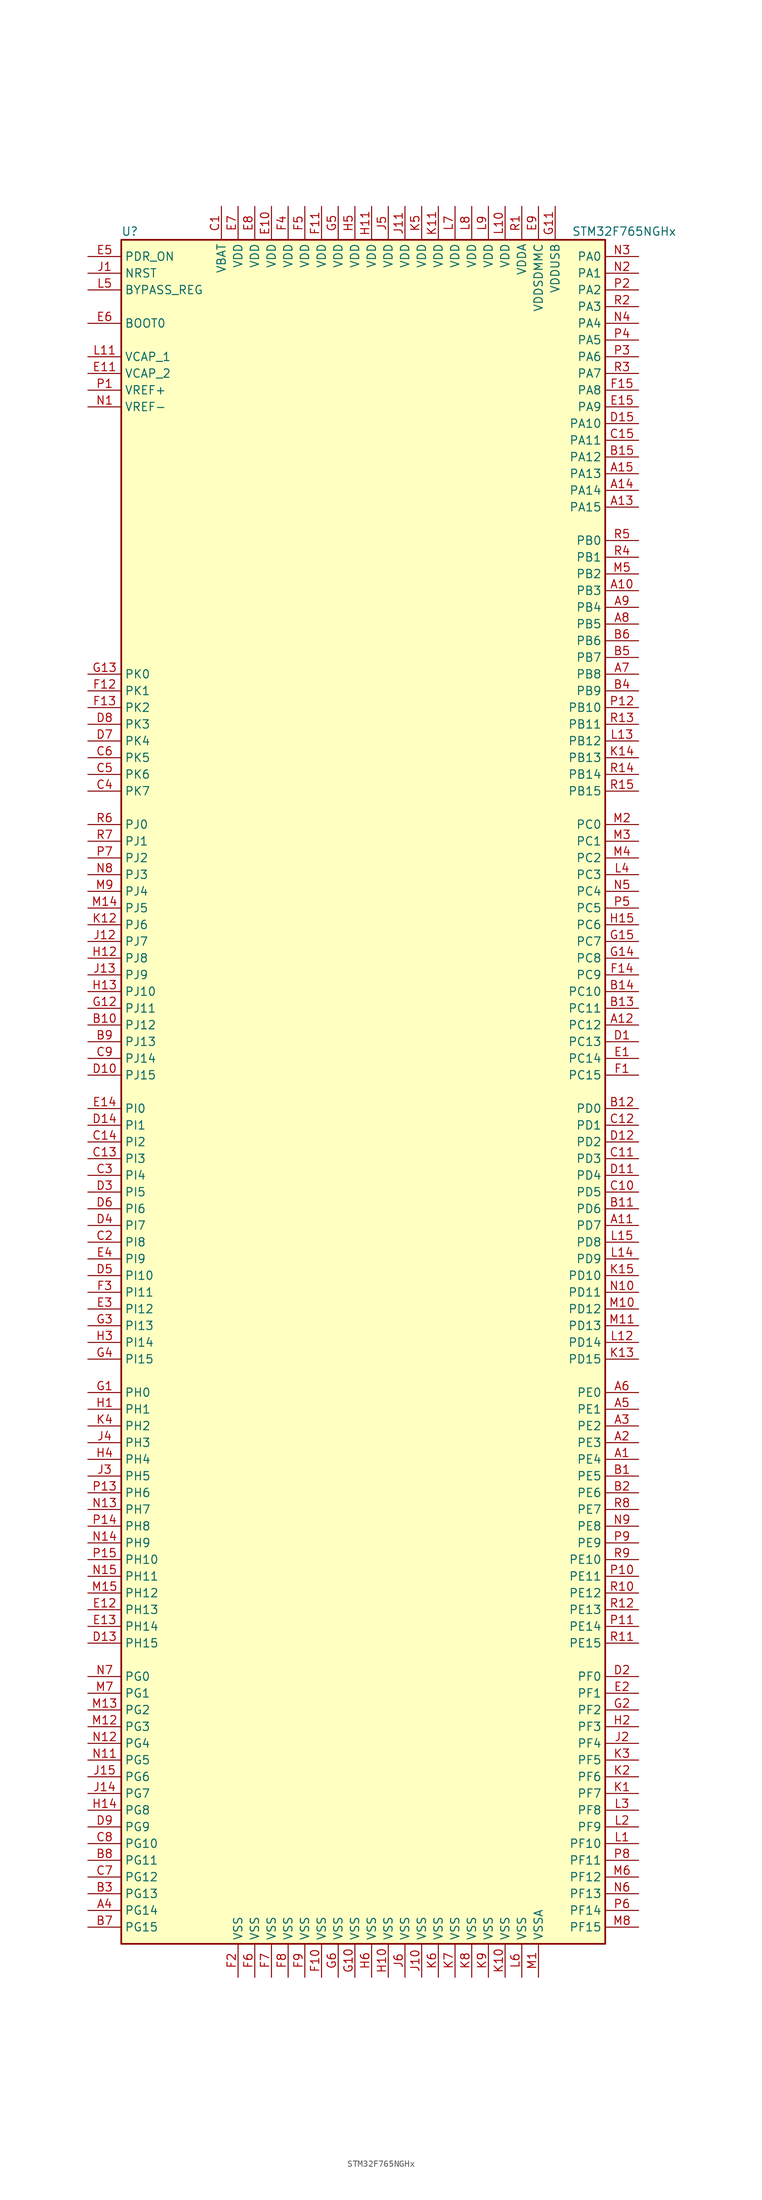
<source format=kicad_sym>
(kicad_symbol_lib
  (version 20201005)
  (generator kicad_symbol_editor)
  (symbol "MCU_ST_STM32F7:STM32F765NGHx"
    (property "Reference" "U"
      (at -38.1 130.81 0)
      (effects (font (size 1.27 1.27)) (justify left)))
    (property "Value" "STM32F765NGHx"
      (at 30.48 130.81 0)
      (effects (font (size 1.27 1.27)) (justify left)))
    (symbol "STM32F765NGHx_0_1"
      (rectangle (start -38.1 -129.54) (end 35.56 129.54) (stroke (width 0.254)) (fill (type background))))
    (symbol "STM32F765NGHx_1_1"
      (pin input line (at -43.18 116.84 0) (length 5.08) (name "BOOT0" (effects (font (size 1.27 1.27)))) (number "E6" (effects (font (size 1.27 1.27)))))
      (pin input line (at -43.18 121.92 0) (length 5.08) (name "BYPASS_REG" (effects (font (size 1.27 1.27)))) (number "L5" (effects (font (size 1.27 1.27)))))
      (pin input line (at -43.18 124.46 0) (length 5.08) (name "NRST" (effects (font (size 1.27 1.27)))) (number "J1" (effects (font (size 1.27 1.27)))))
      (pin bidirectional line (at 40.64 127 180) (length 5.08) (name "PA0" (effects (font (size 1.27 1.27)))) (number "N3" (effects (font (size 1.27 1.27)))))
      (pin bidirectional line (at 40.64 124.46 180) (length 5.08) (name "PA1" (effects (font (size 1.27 1.27)))) (number "N2" (effects (font (size 1.27 1.27)))))
      (pin bidirectional line (at 40.64 101.6 180) (length 5.08) (name "PA10" (effects (font (size 1.27 1.27)))) (number "D15" (effects (font (size 1.27 1.27)))))
      (pin bidirectional line (at 40.64 99.06 180) (length 5.08) (name "PA11" (effects (font (size 1.27 1.27)))) (number "C15" (effects (font (size 1.27 1.27)))))
      (pin bidirectional line (at 40.64 96.52 180) (length 5.08) (name "PA12" (effects (font (size 1.27 1.27)))) (number "B15" (effects (font (size 1.27 1.27)))))
      (pin bidirectional line (at 40.64 93.98 180) (length 5.08) (name "PA13" (effects (font (size 1.27 1.27)))) (number "A15" (effects (font (size 1.27 1.27)))))
      (pin bidirectional line (at 40.64 91.44 180) (length 5.08) (name "PA14" (effects (font (size 1.27 1.27)))) (number "A14" (effects (font (size 1.27 1.27)))))
      (pin bidirectional line (at 40.64 88.9 180) (length 5.08) (name "PA15" (effects (font (size 1.27 1.27)))) (number "A13" (effects (font (size 1.27 1.27)))))
      (pin bidirectional line (at 40.64 121.92 180) (length 5.08) (name "PA2" (effects (font (size 1.27 1.27)))) (number "P2" (effects (font (size 1.27 1.27)))))
      (pin bidirectional line (at 40.64 119.38 180) (length 5.08) (name "PA3" (effects (font (size 1.27 1.27)))) (number "R2" (effects (font (size 1.27 1.27)))))
      (pin bidirectional line (at 40.64 116.84 180) (length 5.08) (name "PA4" (effects (font (size 1.27 1.27)))) (number "N4" (effects (font (size 1.27 1.27)))))
      (pin bidirectional line (at 40.64 114.3 180) (length 5.08) (name "PA5" (effects (font (size 1.27 1.27)))) (number "P4" (effects (font (size 1.27 1.27)))))
      (pin bidirectional line (at 40.64 111.76 180) (length 5.08) (name "PA6" (effects (font (size 1.27 1.27)))) (number "P3" (effects (font (size 1.27 1.27)))))
      (pin bidirectional line (at 40.64 109.22 180) (length 5.08) (name "PA7" (effects (font (size 1.27 1.27)))) (number "R3" (effects (font (size 1.27 1.27)))))
      (pin bidirectional line (at 40.64 106.68 180) (length 5.08) (name "PA8" (effects (font (size 1.27 1.27)))) (number "F15" (effects (font (size 1.27 1.27)))))
      (pin bidirectional line (at 40.64 104.14 180) (length 5.08) (name "PA9" (effects (font (size 1.27 1.27)))) (number "E15" (effects (font (size 1.27 1.27)))))
      (pin bidirectional line (at 40.64 83.82 180) (length 5.08) (name "PB0" (effects (font (size 1.27 1.27)))) (number "R5" (effects (font (size 1.27 1.27)))))
      (pin bidirectional line (at 40.64 81.28 180) (length 5.08) (name "PB1" (effects (font (size 1.27 1.27)))) (number "R4" (effects (font (size 1.27 1.27)))))
      (pin bidirectional line (at 40.64 58.42 180) (length 5.08) (name "PB10" (effects (font (size 1.27 1.27)))) (number "P12" (effects (font (size 1.27 1.27)))))
      (pin bidirectional line (at 40.64 55.88 180) (length 5.08) (name "PB11" (effects (font (size 1.27 1.27)))) (number "R13" (effects (font (size 1.27 1.27)))))
      (pin bidirectional line (at 40.64 53.34 180) (length 5.08) (name "PB12" (effects (font (size 1.27 1.27)))) (number "L13" (effects (font (size 1.27 1.27)))))
      (pin bidirectional line (at 40.64 50.8 180) (length 5.08) (name "PB13" (effects (font (size 1.27 1.27)))) (number "K14" (effects (font (size 1.27 1.27)))))
      (pin bidirectional line (at 40.64 48.26 180) (length 5.08) (name "PB14" (effects (font (size 1.27 1.27)))) (number "R14" (effects (font (size 1.27 1.27)))))
      (pin bidirectional line (at 40.64 45.72 180) (length 5.08) (name "PB15" (effects (font (size 1.27 1.27)))) (number "R15" (effects (font (size 1.27 1.27)))))
      (pin bidirectional line (at 40.64 78.74 180) (length 5.08) (name "PB2" (effects (font (size 1.27 1.27)))) (number "M5" (effects (font (size 1.27 1.27)))))
      (pin bidirectional line (at 40.64 76.2 180) (length 5.08) (name "PB3" (effects (font (size 1.27 1.27)))) (number "A10" (effects (font (size 1.27 1.27)))))
      (pin bidirectional line (at 40.64 73.66 180) (length 5.08) (name "PB4" (effects (font (size 1.27 1.27)))) (number "A9" (effects (font (size 1.27 1.27)))))
      (pin bidirectional line (at 40.64 71.12 180) (length 5.08) (name "PB5" (effects (font (size 1.27 1.27)))) (number "A8" (effects (font (size 1.27 1.27)))))
      (pin bidirectional line (at 40.64 68.58 180) (length 5.08) (name "PB6" (effects (font (size 1.27 1.27)))) (number "B6" (effects (font (size 1.27 1.27)))))
      (pin bidirectional line (at 40.64 66.04 180) (length 5.08) (name "PB7" (effects (font (size 1.27 1.27)))) (number "B5" (effects (font (size 1.27 1.27)))))
      (pin bidirectional line (at 40.64 63.5 180) (length 5.08) (name "PB8" (effects (font (size 1.27 1.27)))) (number "A7" (effects (font (size 1.27 1.27)))))
      (pin bidirectional line (at 40.64 60.96 180) (length 5.08) (name "PB9" (effects (font (size 1.27 1.27)))) (number "B4" (effects (font (size 1.27 1.27)))))
      (pin bidirectional line (at 40.64 40.64 180) (length 5.08) (name "PC0" (effects (font (size 1.27 1.27)))) (number "M2" (effects (font (size 1.27 1.27)))))
      (pin bidirectional line (at 40.64 38.1 180) (length 5.08) (name "PC1" (effects (font (size 1.27 1.27)))) (number "M3" (effects (font (size 1.27 1.27)))))
      (pin bidirectional line (at 40.64 15.24 180) (length 5.08) (name "PC10" (effects (font (size 1.27 1.27)))) (number "B14" (effects (font (size 1.27 1.27)))))
      (pin bidirectional line (at 40.64 12.7 180) (length 5.08) (name "PC11" (effects (font (size 1.27 1.27)))) (number "B13" (effects (font (size 1.27 1.27)))))
      (pin bidirectional line (at 40.64 10.16 180) (length 5.08) (name "PC12" (effects (font (size 1.27 1.27)))) (number "A12" (effects (font (size 1.27 1.27)))))
      (pin bidirectional line (at 40.64 7.62 180) (length 5.08) (name "PC13" (effects (font (size 1.27 1.27)))) (number "D1" (effects (font (size 1.27 1.27)))))
      (pin bidirectional line (at 40.64 5.08 180) (length 5.08) (name "PC14" (effects (font (size 1.27 1.27)))) (number "E1" (effects (font (size 1.27 1.27)))))
      (pin bidirectional line (at 40.64 2.54 180) (length 5.08) (name "PC15" (effects (font (size 1.27 1.27)))) (number "F1" (effects (font (size 1.27 1.27)))))
      (pin bidirectional line (at 40.64 35.56 180) (length 5.08) (name "PC2" (effects (font (size 1.27 1.27)))) (number "M4" (effects (font (size 1.27 1.27)))))
      (pin bidirectional line (at 40.64 33.02 180) (length 5.08) (name "PC3" (effects (font (size 1.27 1.27)))) (number "L4" (effects (font (size 1.27 1.27)))))
      (pin bidirectional line (at 40.64 30.48 180) (length 5.08) (name "PC4" (effects (font (size 1.27 1.27)))) (number "N5" (effects (font (size 1.27 1.27)))))
      (pin bidirectional line (at 40.64 27.94 180) (length 5.08) (name "PC5" (effects (font (size 1.27 1.27)))) (number "P5" (effects (font (size 1.27 1.27)))))
      (pin bidirectional line (at 40.64 25.4 180) (length 5.08) (name "PC6" (effects (font (size 1.27 1.27)))) (number "H15" (effects (font (size 1.27 1.27)))))
      (pin bidirectional line (at 40.64 22.86 180) (length 5.08) (name "PC7" (effects (font (size 1.27 1.27)))) (number "G15" (effects (font (size 1.27 1.27)))))
      (pin bidirectional line (at 40.64 20.32 180) (length 5.08) (name "PC8" (effects (font (size 1.27 1.27)))) (number "G14" (effects (font (size 1.27 1.27)))))
      (pin bidirectional line (at 40.64 17.78 180) (length 5.08) (name "PC9" (effects (font (size 1.27 1.27)))) (number "F14" (effects (font (size 1.27 1.27)))))
      (pin bidirectional line (at 40.64 -2.54 180) (length 5.08) (name "PD0" (effects (font (size 1.27 1.27)))) (number "B12" (effects (font (size 1.27 1.27)))))
      (pin bidirectional line (at 40.64 -5.08 180) (length 5.08) (name "PD1" (effects (font (size 1.27 1.27)))) (number "C12" (effects (font (size 1.27 1.27)))))
      (pin bidirectional line (at 40.64 -27.94 180) (length 5.08) (name "PD10" (effects (font (size 1.27 1.27)))) (number "K15" (effects (font (size 1.27 1.27)))))
      (pin bidirectional line (at 40.64 -30.48 180) (length 5.08) (name "PD11" (effects (font (size 1.27 1.27)))) (number "N10" (effects (font (size 1.27 1.27)))))
      (pin bidirectional line (at 40.64 -33.02 180) (length 5.08) (name "PD12" (effects (font (size 1.27 1.27)))) (number "M10" (effects (font (size 1.27 1.27)))))
      (pin bidirectional line (at 40.64 -35.56 180) (length 5.08) (name "PD13" (effects (font (size 1.27 1.27)))) (number "M11" (effects (font (size 1.27 1.27)))))
      (pin bidirectional line (at 40.64 -38.1 180) (length 5.08) (name "PD14" (effects (font (size 1.27 1.27)))) (number "L12" (effects (font (size 1.27 1.27)))))
      (pin bidirectional line (at 40.64 -40.64 180) (length 5.08) (name "PD15" (effects (font (size 1.27 1.27)))) (number "K13" (effects (font (size 1.27 1.27)))))
      (pin bidirectional line (at 40.64 -7.62 180) (length 5.08) (name "PD2" (effects (font (size 1.27 1.27)))) (number "D12" (effects (font (size 1.27 1.27)))))
      (pin bidirectional line (at 40.64 -10.16 180) (length 5.08) (name "PD3" (effects (font (size 1.27 1.27)))) (number "C11" (effects (font (size 1.27 1.27)))))
      (pin bidirectional line (at 40.64 -12.7 180) (length 5.08) (name "PD4" (effects (font (size 1.27 1.27)))) (number "D11" (effects (font (size 1.27 1.27)))))
      (pin bidirectional line (at 40.64 -15.24 180) (length 5.08) (name "PD5" (effects (font (size 1.27 1.27)))) (number "C10" (effects (font (size 1.27 1.27)))))
      (pin bidirectional line (at 40.64 -17.78 180) (length 5.08) (name "PD6" (effects (font (size 1.27 1.27)))) (number "B11" (effects (font (size 1.27 1.27)))))
      (pin bidirectional line (at 40.64 -20.32 180) (length 5.08) (name "PD7" (effects (font (size 1.27 1.27)))) (number "A11" (effects (font (size 1.27 1.27)))))
      (pin bidirectional line (at 40.64 -22.86 180) (length 5.08) (name "PD8" (effects (font (size 1.27 1.27)))) (number "L15" (effects (font (size 1.27 1.27)))))
      (pin bidirectional line (at 40.64 -25.4 180) (length 5.08) (name "PD9" (effects (font (size 1.27 1.27)))) (number "L14" (effects (font (size 1.27 1.27)))))
      (pin input line (at -43.18 127 0) (length 5.08) (name "PDR_ON" (effects (font (size 1.27 1.27)))) (number "E5" (effects (font (size 1.27 1.27)))))
      (pin bidirectional line (at 40.64 -45.72 180) (length 5.08) (name "PE0" (effects (font (size 1.27 1.27)))) (number "A6" (effects (font (size 1.27 1.27)))))
      (pin bidirectional line (at 40.64 -48.26 180) (length 5.08) (name "PE1" (effects (font (size 1.27 1.27)))) (number "A5" (effects (font (size 1.27 1.27)))))
      (pin bidirectional line (at 40.64 -71.12 180) (length 5.08) (name "PE10" (effects (font (size 1.27 1.27)))) (number "R9" (effects (font (size 1.27 1.27)))))
      (pin bidirectional line (at 40.64 -73.66 180) (length 5.08) (name "PE11" (effects (font (size 1.27 1.27)))) (number "P10" (effects (font (size 1.27 1.27)))))
      (pin bidirectional line (at 40.64 -76.2 180) (length 5.08) (name "PE12" (effects (font (size 1.27 1.27)))) (number "R10" (effects (font (size 1.27 1.27)))))
      (pin bidirectional line (at 40.64 -78.74 180) (length 5.08) (name "PE13" (effects (font (size 1.27 1.27)))) (number "R12" (effects (font (size 1.27 1.27)))))
      (pin bidirectional line (at 40.64 -81.28 180) (length 5.08) (name "PE14" (effects (font (size 1.27 1.27)))) (number "P11" (effects (font (size 1.27 1.27)))))
      (pin bidirectional line (at 40.64 -83.82 180) (length 5.08) (name "PE15" (effects (font (size 1.27 1.27)))) (number "R11" (effects (font (size 1.27 1.27)))))
      (pin bidirectional line (at 40.64 -50.8 180) (length 5.08) (name "PE2" (effects (font (size 1.27 1.27)))) (number "A3" (effects (font (size 1.27 1.27)))))
      (pin bidirectional line (at 40.64 -53.34 180) (length 5.08) (name "PE3" (effects (font (size 1.27 1.27)))) (number "A2" (effects (font (size 1.27 1.27)))))
      (pin bidirectional line (at 40.64 -55.88 180) (length 5.08) (name "PE4" (effects (font (size 1.27 1.27)))) (number "A1" (effects (font (size 1.27 1.27)))))
      (pin bidirectional line (at 40.64 -58.42 180) (length 5.08) (name "PE5" (effects (font (size 1.27 1.27)))) (number "B1" (effects (font (size 1.27 1.27)))))
      (pin bidirectional line (at 40.64 -60.96 180) (length 5.08) (name "PE6" (effects (font (size 1.27 1.27)))) (number "B2" (effects (font (size 1.27 1.27)))))
      (pin bidirectional line (at 40.64 -63.5 180) (length 5.08) (name "PE7" (effects (font (size 1.27 1.27)))) (number "R8" (effects (font (size 1.27 1.27)))))
      (pin bidirectional line (at 40.64 -66.04 180) (length 5.08) (name "PE8" (effects (font (size 1.27 1.27)))) (number "N9" (effects (font (size 1.27 1.27)))))
      (pin bidirectional line (at 40.64 -68.58 180) (length 5.08) (name "PE9" (effects (font (size 1.27 1.27)))) (number "P9" (effects (font (size 1.27 1.27)))))
      (pin bidirectional line (at 40.64 -88.9 180) (length 5.08) (name "PF0" (effects (font (size 1.27 1.27)))) (number "D2" (effects (font (size 1.27 1.27)))))
      (pin bidirectional line (at 40.64 -91.44 180) (length 5.08) (name "PF1" (effects (font (size 1.27 1.27)))) (number "E2" (effects (font (size 1.27 1.27)))))
      (pin bidirectional line (at 40.64 -114.3 180) (length 5.08) (name "PF10" (effects (font (size 1.27 1.27)))) (number "L1" (effects (font (size 1.27 1.27)))))
      (pin bidirectional line (at 40.64 -116.84 180) (length 5.08) (name "PF11" (effects (font (size 1.27 1.27)))) (number "P8" (effects (font (size 1.27 1.27)))))
      (pin bidirectional line (at 40.64 -119.38 180) (length 5.08) (name "PF12" (effects (font (size 1.27 1.27)))) (number "M6" (effects (font (size 1.27 1.27)))))
      (pin bidirectional line (at 40.64 -121.92 180) (length 5.08) (name "PF13" (effects (font (size 1.27 1.27)))) (number "N6" (effects (font (size 1.27 1.27)))))
      (pin bidirectional line (at 40.64 -124.46 180) (length 5.08) (name "PF14" (effects (font (size 1.27 1.27)))) (number "P6" (effects (font (size 1.27 1.27)))))
      (pin bidirectional line (at 40.64 -127 180) (length 5.08) (name "PF15" (effects (font (size 1.27 1.27)))) (number "M8" (effects (font (size 1.27 1.27)))))
      (pin bidirectional line (at 40.64 -93.98 180) (length 5.08) (name "PF2" (effects (font (size 1.27 1.27)))) (number "G2" (effects (font (size 1.27 1.27)))))
      (pin bidirectional line (at 40.64 -96.52 180) (length 5.08) (name "PF3" (effects (font (size 1.27 1.27)))) (number "H2" (effects (font (size 1.27 1.27)))))
      (pin bidirectional line (at 40.64 -99.06 180) (length 5.08) (name "PF4" (effects (font (size 1.27 1.27)))) (number "J2" (effects (font (size 1.27 1.27)))))
      (pin bidirectional line (at 40.64 -101.6 180) (length 5.08) (name "PF5" (effects (font (size 1.27 1.27)))) (number "K3" (effects (font (size 1.27 1.27)))))
      (pin bidirectional line (at 40.64 -104.14 180) (length 5.08) (name "PF6" (effects (font (size 1.27 1.27)))) (number "K2" (effects (font (size 1.27 1.27)))))
      (pin bidirectional line (at 40.64 -106.68 180) (length 5.08) (name "PF7" (effects (font (size 1.27 1.27)))) (number "K1" (effects (font (size 1.27 1.27)))))
      (pin bidirectional line (at 40.64 -109.22 180) (length 5.08) (name "PF8" (effects (font (size 1.27 1.27)))) (number "L3" (effects (font (size 1.27 1.27)))))
      (pin bidirectional line (at 40.64 -111.76 180) (length 5.08) (name "PF9" (effects (font (size 1.27 1.27)))) (number "L2" (effects (font (size 1.27 1.27)))))
      (pin bidirectional line (at -43.18 -88.9 0) (length 5.08) (name "PG0" (effects (font (size 1.27 1.27)))) (number "N7" (effects (font (size 1.27 1.27)))))
      (pin bidirectional line (at -43.18 -91.44 0) (length 5.08) (name "PG1" (effects (font (size 1.27 1.27)))) (number "M7" (effects (font (size 1.27 1.27)))))
      (pin bidirectional line (at -43.18 -114.3 0) (length 5.08) (name "PG10" (effects (font (size 1.27 1.27)))) (number "C8" (effects (font (size 1.27 1.27)))))
      (pin bidirectional line (at -43.18 -116.84 0) (length 5.08) (name "PG11" (effects (font (size 1.27 1.27)))) (number "B8" (effects (font (size 1.27 1.27)))))
      (pin bidirectional line (at -43.18 -119.38 0) (length 5.08) (name "PG12" (effects (font (size 1.27 1.27)))) (number "C7" (effects (font (size 1.27 1.27)))))
      (pin bidirectional line (at -43.18 -121.92 0) (length 5.08) (name "PG13" (effects (font (size 1.27 1.27)))) (number "B3" (effects (font (size 1.27 1.27)))))
      (pin bidirectional line (at -43.18 -124.46 0) (length 5.08) (name "PG14" (effects (font (size 1.27 1.27)))) (number "A4" (effects (font (size 1.27 1.27)))))
      (pin bidirectional line (at -43.18 -127 0) (length 5.08) (name "PG15" (effects (font (size 1.27 1.27)))) (number "B7" (effects (font (size 1.27 1.27)))))
      (pin bidirectional line (at -43.18 -93.98 0) (length 5.08) (name "PG2" (effects (font (size 1.27 1.27)))) (number "M13" (effects (font (size 1.27 1.27)))))
      (pin bidirectional line (at -43.18 -96.52 0) (length 5.08) (name "PG3" (effects (font (size 1.27 1.27)))) (number "M12" (effects (font (size 1.27 1.27)))))
      (pin bidirectional line (at -43.18 -99.06 0) (length 5.08) (name "PG4" (effects (font (size 1.27 1.27)))) (number "N12" (effects (font (size 1.27 1.27)))))
      (pin bidirectional line (at -43.18 -101.6 0) (length 5.08) (name "PG5" (effects (font (size 1.27 1.27)))) (number "N11" (effects (font (size 1.27 1.27)))))
      (pin bidirectional line (at -43.18 -104.14 0) (length 5.08) (name "PG6" (effects (font (size 1.27 1.27)))) (number "J15" (effects (font (size 1.27 1.27)))))
      (pin bidirectional line (at -43.18 -106.68 0) (length 5.08) (name "PG7" (effects (font (size 1.27 1.27)))) (number "J14" (effects (font (size 1.27 1.27)))))
      (pin bidirectional line (at -43.18 -109.22 0) (length 5.08) (name "PG8" (effects (font (size 1.27 1.27)))) (number "H14" (effects (font (size 1.27 1.27)))))
      (pin bidirectional line (at -43.18 -111.76 0) (length 5.08) (name "PG9" (effects (font (size 1.27 1.27)))) (number "D9" (effects (font (size 1.27 1.27)))))
      (pin input line (at -43.18 -45.72 0) (length 5.08) (name "PH0" (effects (font (size 1.27 1.27)))) (number "G1" (effects (font (size 1.27 1.27)))))
      (pin input line (at -43.18 -48.26 0) (length 5.08) (name "PH1" (effects (font (size 1.27 1.27)))) (number "H1" (effects (font (size 1.27 1.27)))))
      (pin bidirectional line (at -43.18 -71.12 0) (length 5.08) (name "PH10" (effects (font (size 1.27 1.27)))) (number "P15" (effects (font (size 1.27 1.27)))))
      (pin bidirectional line (at -43.18 -73.66 0) (length 5.08) (name "PH11" (effects (font (size 1.27 1.27)))) (number "N15" (effects (font (size 1.27 1.27)))))
      (pin bidirectional line (at -43.18 -76.2 0) (length 5.08) (name "PH12" (effects (font (size 1.27 1.27)))) (number "M15" (effects (font (size 1.27 1.27)))))
      (pin bidirectional line (at -43.18 -78.74 0) (length 5.08) (name "PH13" (effects (font (size 1.27 1.27)))) (number "E12" (effects (font (size 1.27 1.27)))))
      (pin bidirectional line (at -43.18 -81.28 0) (length 5.08) (name "PH14" (effects (font (size 1.27 1.27)))) (number "E13" (effects (font (size 1.27 1.27)))))
      (pin bidirectional line (at -43.18 -83.82 0) (length 5.08) (name "PH15" (effects (font (size 1.27 1.27)))) (number "D13" (effects (font (size 1.27 1.27)))))
      (pin bidirectional line (at -43.18 -50.8 0) (length 5.08) (name "PH2" (effects (font (size 1.27 1.27)))) (number "K4" (effects (font (size 1.27 1.27)))))
      (pin bidirectional line (at -43.18 -53.34 0) (length 5.08) (name "PH3" (effects (font (size 1.27 1.27)))) (number "J4" (effects (font (size 1.27 1.27)))))
      (pin bidirectional line (at -43.18 -55.88 0) (length 5.08) (name "PH4" (effects (font (size 1.27 1.27)))) (number "H4" (effects (font (size 1.27 1.27)))))
      (pin bidirectional line (at -43.18 -58.42 0) (length 5.08) (name "PH5" (effects (font (size 1.27 1.27)))) (number "J3" (effects (font (size 1.27 1.27)))))
      (pin bidirectional line (at -43.18 -60.96 0) (length 5.08) (name "PH6" (effects (font (size 1.27 1.27)))) (number "P13" (effects (font (size 1.27 1.27)))))
      (pin bidirectional line (at -43.18 -63.5 0) (length 5.08) (name "PH7" (effects (font (size 1.27 1.27)))) (number "N13" (effects (font (size 1.27 1.27)))))
      (pin bidirectional line (at -43.18 -66.04 0) (length 5.08) (name "PH8" (effects (font (size 1.27 1.27)))) (number "P14" (effects (font (size 1.27 1.27)))))
      (pin bidirectional line (at -43.18 -68.58 0) (length 5.08) (name "PH9" (effects (font (size 1.27 1.27)))) (number "N14" (effects (font (size 1.27 1.27)))))
      (pin bidirectional line (at -43.18 -2.54 0) (length 5.08) (name "PI0" (effects (font (size 1.27 1.27)))) (number "E14" (effects (font (size 1.27 1.27)))))
      (pin bidirectional line (at -43.18 -5.08 0) (length 5.08) (name "PI1" (effects (font (size 1.27 1.27)))) (number "D14" (effects (font (size 1.27 1.27)))))
      (pin bidirectional line (at -43.18 -27.94 0) (length 5.08) (name "PI10" (effects (font (size 1.27 1.27)))) (number "D5" (effects (font (size 1.27 1.27)))))
      (pin bidirectional line (at -43.18 -30.48 0) (length 5.08) (name "PI11" (effects (font (size 1.27 1.27)))) (number "F3" (effects (font (size 1.27 1.27)))))
      (pin bidirectional line (at -43.18 -33.02 0) (length 5.08) (name "PI12" (effects (font (size 1.27 1.27)))) (number "E3" (effects (font (size 1.27 1.27)))))
      (pin bidirectional line (at -43.18 -35.56 0) (length 5.08) (name "PI13" (effects (font (size 1.27 1.27)))) (number "G3" (effects (font (size 1.27 1.27)))))
      (pin bidirectional line (at -43.18 -38.1 0) (length 5.08) (name "PI14" (effects (font (size 1.27 1.27)))) (number "H3" (effects (font (size 1.27 1.27)))))
      (pin bidirectional line (at -43.18 -40.64 0) (length 5.08) (name "PI15" (effects (font (size 1.27 1.27)))) (number "G4" (effects (font (size 1.27 1.27)))))
      (pin bidirectional line (at -43.18 -7.62 0) (length 5.08) (name "PI2" (effects (font (size 1.27 1.27)))) (number "C14" (effects (font (size 1.27 1.27)))))
      (pin bidirectional line (at -43.18 -10.16 0) (length 5.08) (name "PI3" (effects (font (size 1.27 1.27)))) (number "C13" (effects (font (size 1.27 1.27)))))
      (pin bidirectional line (at -43.18 -12.7 0) (length 5.08) (name "PI4" (effects (font (size 1.27 1.27)))) (number "C3" (effects (font (size 1.27 1.27)))))
      (pin bidirectional line (at -43.18 -15.24 0) (length 5.08) (name "PI5" (effects (font (size 1.27 1.27)))) (number "D3" (effects (font (size 1.27 1.27)))))
      (pin bidirectional line (at -43.18 -17.78 0) (length 5.08) (name "PI6" (effects (font (size 1.27 1.27)))) (number "D6" (effects (font (size 1.27 1.27)))))
      (pin bidirectional line (at -43.18 -20.32 0) (length 5.08) (name "PI7" (effects (font (size 1.27 1.27)))) (number "D4" (effects (font (size 1.27 1.27)))))
      (pin bidirectional line (at -43.18 -22.86 0) (length 5.08) (name "PI8" (effects (font (size 1.27 1.27)))) (number "C2" (effects (font (size 1.27 1.27)))))
      (pin bidirectional line (at -43.18 -25.4 0) (length 5.08) (name "PI9" (effects (font (size 1.27 1.27)))) (number "E4" (effects (font (size 1.27 1.27)))))
      (pin bidirectional line (at -43.18 40.64 0) (length 5.08) (name "PJ0" (effects (font (size 1.27 1.27)))) (number "R6" (effects (font (size 1.27 1.27)))))
      (pin bidirectional line (at -43.18 38.1 0) (length 5.08) (name "PJ1" (effects (font (size 1.27 1.27)))) (number "R7" (effects (font (size 1.27 1.27)))))
      (pin bidirectional line (at -43.18 15.24 0) (length 5.08) (name "PJ10" (effects (font (size 1.27 1.27)))) (number "H13" (effects (font (size 1.27 1.27)))))
      (pin bidirectional line (at -43.18 12.7 0) (length 5.08) (name "PJ11" (effects (font (size 1.27 1.27)))) (number "G12" (effects (font (size 1.27 1.27)))))
      (pin bidirectional line (at -43.18 10.16 0) (length 5.08) (name "PJ12" (effects (font (size 1.27 1.27)))) (number "B10" (effects (font (size 1.27 1.27)))))
      (pin bidirectional line (at -43.18 7.62 0) (length 5.08) (name "PJ13" (effects (font (size 1.27 1.27)))) (number "B9" (effects (font (size 1.27 1.27)))))
      (pin bidirectional line (at -43.18 5.08 0) (length 5.08) (name "PJ14" (effects (font (size 1.27 1.27)))) (number "C9" (effects (font (size 1.27 1.27)))))
      (pin bidirectional line (at -43.18 2.54 0) (length 5.08) (name "PJ15" (effects (font (size 1.27 1.27)))) (number "D10" (effects (font (size 1.27 1.27)))))
      (pin bidirectional line (at -43.18 35.56 0) (length 5.08) (name "PJ2" (effects (font (size 1.27 1.27)))) (number "P7" (effects (font (size 1.27 1.27)))))
      (pin bidirectional line (at -43.18 33.02 0) (length 5.08) (name "PJ3" (effects (font (size 1.27 1.27)))) (number "N8" (effects (font (size 1.27 1.27)))))
      (pin bidirectional line (at -43.18 30.48 0) (length 5.08) (name "PJ4" (effects (font (size 1.27 1.27)))) (number "M9" (effects (font (size 1.27 1.27)))))
      (pin bidirectional line (at -43.18 27.94 0) (length 5.08) (name "PJ5" (effects (font (size 1.27 1.27)))) (number "M14" (effects (font (size 1.27 1.27)))))
      (pin bidirectional line (at -43.18 25.4 0) (length 5.08) (name "PJ6" (effects (font (size 1.27 1.27)))) (number "K12" (effects (font (size 1.27 1.27)))))
      (pin bidirectional line (at -43.18 22.86 0) (length 5.08) (name "PJ7" (effects (font (size 1.27 1.27)))) (number "J12" (effects (font (size 1.27 1.27)))))
      (pin bidirectional line (at -43.18 20.32 0) (length 5.08) (name "PJ8" (effects (font (size 1.27 1.27)))) (number "H12" (effects (font (size 1.27 1.27)))))
      (pin bidirectional line (at -43.18 17.78 0) (length 5.08) (name "PJ9" (effects (font (size 1.27 1.27)))) (number "J13" (effects (font (size 1.27 1.27)))))
      (pin bidirectional line (at -43.18 63.5 0) (length 5.08) (name "PK0" (effects (font (size 1.27 1.27)))) (number "G13" (effects (font (size 1.27 1.27)))))
      (pin bidirectional line (at -43.18 60.96 0) (length 5.08) (name "PK1" (effects (font (size 1.27 1.27)))) (number "F12" (effects (font (size 1.27 1.27)))))
      (pin bidirectional line (at -43.18 58.42 0) (length 5.08) (name "PK2" (effects (font (size 1.27 1.27)))) (number "F13" (effects (font (size 1.27 1.27)))))
      (pin bidirectional line (at -43.18 55.88 0) (length 5.08) (name "PK3" (effects (font (size 1.27 1.27)))) (number "D8" (effects (font (size 1.27 1.27)))))
      (pin bidirectional line (at -43.18 53.34 0) (length 5.08) (name "PK4" (effects (font (size 1.27 1.27)))) (number "D7" (effects (font (size 1.27 1.27)))))
      (pin bidirectional line (at -43.18 50.8 0) (length 5.08) (name "PK5" (effects (font (size 1.27 1.27)))) (number "C6" (effects (font (size 1.27 1.27)))))
      (pin bidirectional line (at -43.18 48.26 0) (length 5.08) (name "PK6" (effects (font (size 1.27 1.27)))) (number "C5" (effects (font (size 1.27 1.27)))))
      (pin bidirectional line (at -43.18 45.72 0) (length 5.08) (name "PK7" (effects (font (size 1.27 1.27)))) (number "C4" (effects (font (size 1.27 1.27)))))
      (pin power_in line (at -22.86 134.62 270) (length 5.08) (name "VBAT" (effects (font (size 1.27 1.27)))) (number "C1" (effects (font (size 1.27 1.27)))))
      (pin power_in line (at -43.18 111.76 0) (length 5.08) (name "VCAP_1" (effects (font (size 1.27 1.27)))) (number "L11" (effects (font (size 1.27 1.27)))))
      (pin power_in line (at -43.18 109.22 0) (length 5.08) (name "VCAP_2" (effects (font (size 1.27 1.27)))) (number "E11" (effects (font (size 1.27 1.27)))))
      (pin power_in line (at -15.24 134.62 270) (length 5.08) (name "VDD" (effects (font (size 1.27 1.27)))) (number "E10" (effects (font (size 1.27 1.27)))))
      (pin power_in line (at -20.32 134.62 270) (length 5.08) (name "VDD" (effects (font (size 1.27 1.27)))) (number "E7" (effects (font (size 1.27 1.27)))))
      (pin power_in line (at -17.78 134.62 270) (length 5.08) (name "VDD" (effects (font (size 1.27 1.27)))) (number "E8" (effects (font (size 1.27 1.27)))))
      (pin power_in line (at -7.62 134.62 270) (length 5.08) (name "VDD" (effects (font (size 1.27 1.27)))) (number "F11" (effects (font (size 1.27 1.27)))))
      (pin power_in line (at -12.7 134.62 270) (length 5.08) (name "VDD" (effects (font (size 1.27 1.27)))) (number "F4" (effects (font (size 1.27 1.27)))))
      (pin power_in line (at -10.16 134.62 270) (length 5.08) (name "VDD" (effects (font (size 1.27 1.27)))) (number "F5" (effects (font (size 1.27 1.27)))))
      (pin power_in line (at -5.08 134.62 270) (length 5.08) (name "VDD" (effects (font (size 1.27 1.27)))) (number "G5" (effects (font (size 1.27 1.27)))))
      (pin power_in line (at 0 134.62 270) (length 5.08) (name "VDD" (effects (font (size 1.27 1.27)))) (number "H11" (effects (font (size 1.27 1.27)))))
      (pin power_in line (at -2.54 134.62 270) (length 5.08) (name "VDD" (effects (font (size 1.27 1.27)))) (number "H5" (effects (font (size 1.27 1.27)))))
      (pin power_in line (at 5.08 134.62 270) (length 5.08) (name "VDD" (effects (font (size 1.27 1.27)))) (number "J11" (effects (font (size 1.27 1.27)))))
      (pin power_in line (at 2.54 134.62 270) (length 5.08) (name "VDD" (effects (font (size 1.27 1.27)))) (number "J5" (effects (font (size 1.27 1.27)))))
      (pin power_in line (at 10.16 134.62 270) (length 5.08) (name "VDD" (effects (font (size 1.27 1.27)))) (number "K11" (effects (font (size 1.27 1.27)))))
      (pin power_in line (at 7.62 134.62 270) (length 5.08) (name "VDD" (effects (font (size 1.27 1.27)))) (number "K5" (effects (font (size 1.27 1.27)))))
      (pin power_in line (at 20.32 134.62 270) (length 5.08) (name "VDD" (effects (font (size 1.27 1.27)))) (number "L10" (effects (font (size 1.27 1.27)))))
      (pin power_in line (at 12.7 134.62 270) (length 5.08) (name "VDD" (effects (font (size 1.27 1.27)))) (number "L7" (effects (font (size 1.27 1.27)))))
      (pin power_in line (at 15.24 134.62 270) (length 5.08) (name "VDD" (effects (font (size 1.27 1.27)))) (number "L8" (effects (font (size 1.27 1.27)))))
      (pin power_in line (at 17.78 134.62 270) (length 5.08) (name "VDD" (effects (font (size 1.27 1.27)))) (number "L9" (effects (font (size 1.27 1.27)))))
      (pin power_in line (at 22.86 134.62 270) (length 5.08) (name "VDDA" (effects (font (size 1.27 1.27)))) (number "R1" (effects (font (size 1.27 1.27)))))
      (pin power_in line (at 25.4 134.62 270) (length 5.08) (name "VDDSDMMC" (effects (font (size 1.27 1.27)))) (number "E9" (effects (font (size 1.27 1.27)))))
      (pin power_in line (at 27.94 134.62 270) (length 5.08) (name "VDDUSB" (effects (font (size 1.27 1.27)))) (number "G11" (effects (font (size 1.27 1.27)))))
      (pin power_in line (at -43.18 106.68 0) (length 5.08) (name "VREF+" (effects (font (size 1.27 1.27)))) (number "P1" (effects (font (size 1.27 1.27)))))
      (pin power_in line (at -43.18 104.14 0) (length 5.08) (name "VREF-" (effects (font (size 1.27 1.27)))) (number "N1" (effects (font (size 1.27 1.27)))))
      (pin power_in line (at -7.62 -134.62 90) (length 5.08) (name "VSS" (effects (font (size 1.27 1.27)))) (number "F10" (effects (font (size 1.27 1.27)))))
      (pin power_in line (at -20.32 -134.62 90) (length 5.08) (name "VSS" (effects (font (size 1.27 1.27)))) (number "F2" (effects (font (size 1.27 1.27)))))
      (pin power_in line (at -17.78 -134.62 90) (length 5.08) (name "VSS" (effects (font (size 1.27 1.27)))) (number "F6" (effects (font (size 1.27 1.27)))))
      (pin power_in line (at -15.24 -134.62 90) (length 5.08) (name "VSS" (effects (font (size 1.27 1.27)))) (number "F7" (effects (font (size 1.27 1.27)))))
      (pin power_in line (at -12.7 -134.62 90) (length 5.08) (name "VSS" (effects (font (size 1.27 1.27)))) (number "F8" (effects (font (size 1.27 1.27)))))
      (pin power_in line (at -10.16 -134.62 90) (length 5.08) (name "VSS" (effects (font (size 1.27 1.27)))) (number "F9" (effects (font (size 1.27 1.27)))))
      (pin power_in line (at -2.54 -134.62 90) (length 5.08) (name "VSS" (effects (font (size 1.27 1.27)))) (number "G10" (effects (font (size 1.27 1.27)))))
      (pin power_in line (at -5.08 -134.62 90) (length 5.08) (name "VSS" (effects (font (size 1.27 1.27)))) (number "G6" (effects (font (size 1.27 1.27)))))
      (pin power_in line (at 2.54 -134.62 90) (length 5.08) (name "VSS" (effects (font (size 1.27 1.27)))) (number "H10" (effects (font (size 1.27 1.27)))))
      (pin power_in line (at 0 -134.62 90) (length 5.08) (name "VSS" (effects (font (size 1.27 1.27)))) (number "H6" (effects (font (size 1.27 1.27)))))
      (pin power_in line (at 7.62 -134.62 90) (length 5.08) (name "VSS" (effects (font (size 1.27 1.27)))) (number "J10" (effects (font (size 1.27 1.27)))))
      (pin power_in line (at 5.08 -134.62 90) (length 5.08) (name "VSS" (effects (font (size 1.27 1.27)))) (number "J6" (effects (font (size 1.27 1.27)))))
      (pin power_in line (at 20.32 -134.62 90) (length 5.08) (name "VSS" (effects (font (size 1.27 1.27)))) (number "K10" (effects (font (size 1.27 1.27)))))
      (pin power_in line (at 10.16 -134.62 90) (length 5.08) (name "VSS" (effects (font (size 1.27 1.27)))) (number "K6" (effects (font (size 1.27 1.27)))))
      (pin power_in line (at 12.7 -134.62 90) (length 5.08) (name "VSS" (effects (font (size 1.27 1.27)))) (number "K7" (effects (font (size 1.27 1.27)))))
      (pin power_in line (at 15.24 -134.62 90) (length 5.08) (name "VSS" (effects (font (size 1.27 1.27)))) (number "K8" (effects (font (size 1.27 1.27)))))
      (pin power_in line (at 17.78 -134.62 90) (length 5.08) (name "VSS" (effects (font (size 1.27 1.27)))) (number "K9" (effects (font (size 1.27 1.27)))))
      (pin power_in line (at 22.86 -134.62 90) (length 5.08) (name "VSS" (effects (font (size 1.27 1.27)))) (number "L6" (effects (font (size 1.27 1.27)))))
      (pin power_in line (at 25.4 -134.62 90) (length 5.08) (name "VSSA" (effects (font (size 1.27 1.27)))) (number "M1" (effects (font (size 1.27 1.27))))))))
</source>
